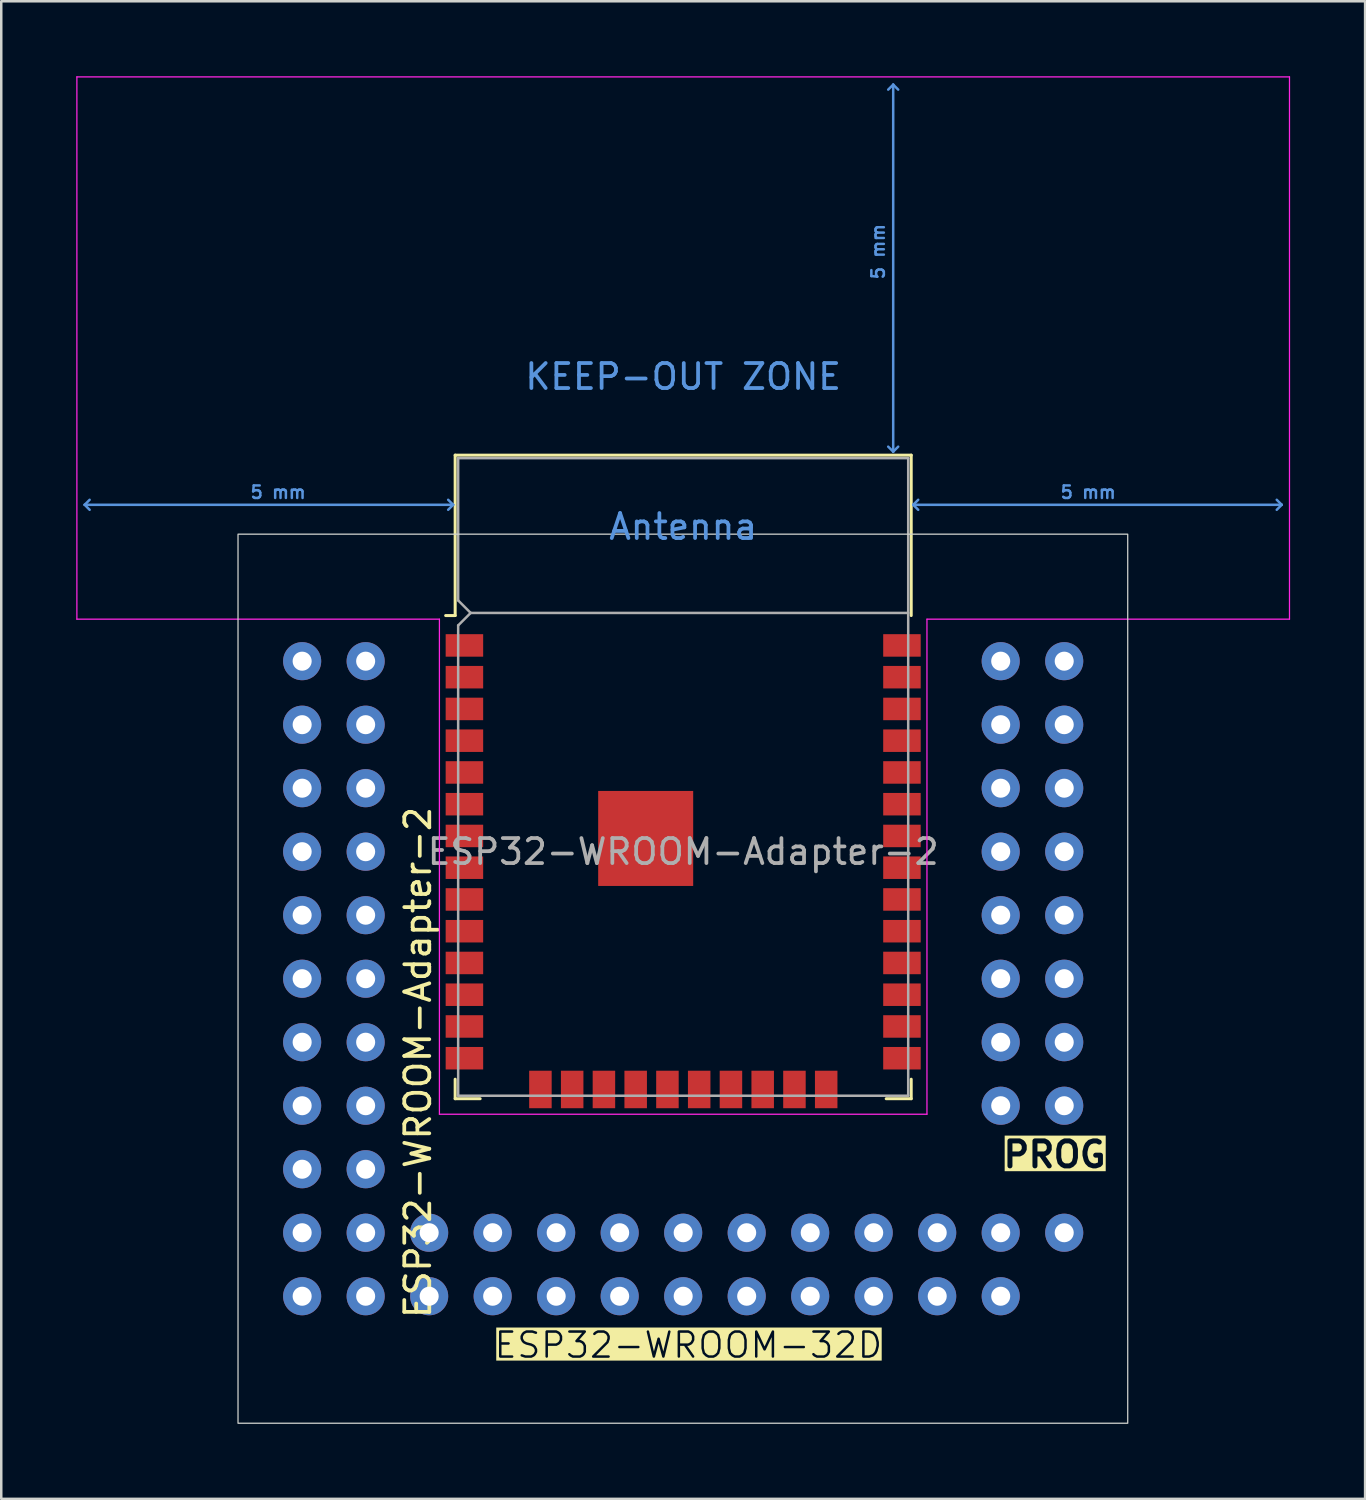
<source format=kicad_pcb>
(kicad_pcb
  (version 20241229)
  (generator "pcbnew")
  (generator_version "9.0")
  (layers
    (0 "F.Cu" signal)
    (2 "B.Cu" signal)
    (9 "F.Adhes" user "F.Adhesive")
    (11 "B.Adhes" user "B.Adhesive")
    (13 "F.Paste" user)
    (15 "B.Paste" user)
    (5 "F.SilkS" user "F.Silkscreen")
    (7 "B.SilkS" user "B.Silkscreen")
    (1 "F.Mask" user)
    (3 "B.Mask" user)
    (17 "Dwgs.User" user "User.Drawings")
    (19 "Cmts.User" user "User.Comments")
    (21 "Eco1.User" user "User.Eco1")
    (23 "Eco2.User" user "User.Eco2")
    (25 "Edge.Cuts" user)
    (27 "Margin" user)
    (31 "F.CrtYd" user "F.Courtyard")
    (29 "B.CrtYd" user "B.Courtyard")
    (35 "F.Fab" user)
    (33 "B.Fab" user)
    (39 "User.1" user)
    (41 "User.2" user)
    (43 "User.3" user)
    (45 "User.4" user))
  (footprint "ESP32-WROOM-Adapter-2"
    (layer "F.Cu")
    (at 24.275 31.015)
    (property "Reference" "ESP32-WROOM-Adapter-2" (at -10.61 8.43 90) (layer "F.SilkS") (effects (font (size 1 1) (thickness 0.15))))
    (attr through_hole)
    (fp_line (start -9.12 -15.86) (end -9.12 -9.445) (stroke (width 0.12) (type solid)) (layer "F.SilkS"))
    (fp_line (start -9.12 -15.86) (end 9.12 -15.86) (stroke (width 0.12) (type solid)) (layer "F.SilkS"))
    (fp_line (start -9.12 -9.445) (end -9.5 -9.445) (stroke (width 0.12) (type solid)) (layer "F.SilkS"))
    (fp_line (start -9.12 9.1) (end -9.12 9.88) (stroke (width 0.12) (type solid)) (layer "F.SilkS"))
    (fp_line (start -9.12 9.88) (end -8.12 9.88) (stroke (width 0.12) (type solid)) (layer "F.SilkS"))
    (fp_line (start 9.12 -15.86) (end 9.12 -9.445) (stroke (width 0.12) (type solid)) (layer "F.SilkS"))
    (fp_line (start 9.12 9.1) (end 9.12 9.88) (stroke (width 0.12) (type solid)) (layer "F.SilkS"))
    (fp_line (start 9.12 9.88) (end 8.12 9.88) (stroke (width 0.12) (type solid)) (layer "F.SilkS"))
    (fp_line (start -23.94 -13.875) (end -23.74 -14.075) (stroke (width 0.1) (type solid)) (layer "Cmts.User"))
    (fp_line (start -23.94 -13.875) (end -23.74 -13.675) (stroke (width 0.1) (type solid)) (layer "Cmts.User"))
    (fp_line (start -23.94 -13.875) (end -9.2 -13.875) (stroke (width 0.1) (type solid)) (layer "Cmts.User"))
    (fp_line (start -9.2 -13.875) (end -9.4 -14.075) (stroke (width 0.1) (type solid)) (layer "Cmts.User"))
    (fp_line (start -9.2 -13.875) (end -9.4 -13.675) (stroke (width 0.1) (type solid)) (layer "Cmts.User"))
    (fp_line (start 8.4 -30.68) (end 8.2 -30.48) (stroke (width 0.1) (type solid)) (layer "Cmts.User"))
    (fp_line (start 8.4 -30.68) (end 8.6 -30.48) (stroke (width 0.1) (type solid)) (layer "Cmts.User"))
    (fp_line (start 8.4 -16) (end 8.2 -16.2) (stroke (width 0.1) (type solid)) (layer "Cmts.User"))
    (fp_line (start 8.4 -16) (end 8.4 -30.68) (stroke (width 0.1) (type solid)) (layer "Cmts.User"))
    (fp_line (start 8.4 -16) (end 8.6 -16.2) (stroke (width 0.1) (type solid)) (layer "Cmts.User"))
    (fp_line (start 9.2 -13.875) (end 9.4 -14.075) (stroke (width 0.1) (type solid)) (layer "Cmts.User"))
    (fp_line (start 9.2 -13.875) (end 9.4 -13.675) (stroke (width 0.1) (type solid)) (layer "Cmts.User"))
    (fp_line (start 9.2 -13.875) (end 23.94 -13.875) (stroke (width 0.1) (type solid)) (layer "Cmts.User"))
    (fp_line (start 23.94 -13.875) (end 23.74 -14.075) (stroke (width 0.1) (type solid)) (layer "Cmts.User"))
    (fp_line (start 23.94 -13.875) (end 23.74 -13.675) (stroke (width 0.1) (type solid)) (layer "Cmts.User"))
    (fp_rect (start -17.805 -12.7) (end 17.78 22.86) (stroke (width 0.05) (type default)) (fill no) (layer "Edge.Cuts"))
    (fp_line (start -24.25 -30.99) (end -24.25 -9.3) (stroke (width 0.05) (type solid)) (layer "F.CrtYd"))
    (fp_line (start -24.25 -30.99) (end 24.25 -30.99) (stroke (width 0.05) (type solid)) (layer "F.CrtYd"))
    (fp_line (start -24.25 -9.3) (end -9.75 -9.3) (stroke (width 0.05) (type solid)) (layer "F.CrtYd"))
    (fp_line (start -9.75 10.5) (end -9.75 -9.3) (stroke (width 0.05) (type solid)) (layer "F.CrtYd"))
    (fp_line (start -9.75 10.5) (end 9.75 10.5) (stroke (width 0.05) (type solid)) (layer "F.CrtYd"))
    (fp_line (start 9.75 -9.3) (end 9.75 10.5) (stroke (width 0.05) (type solid)) (layer "F.CrtYd"))
    (fp_line (start 9.75 -9.3) (end 24.25 -9.3) (stroke (width 0.05) (type solid)) (layer "F.CrtYd"))
    (fp_line (start 24.25 -30.99) (end 24.25 -9.3) (stroke (width 0.05) (type solid)) (layer "F.CrtYd"))
    (fp_line (start -9 -15.74) (end -9 -10.05) (stroke (width 0.1) (type solid)) (layer "F.Fab"))
    (fp_line (start -9 -15.74) (end 9 -15.74) (stroke (width 0.1) (type solid)) (layer "F.Fab"))
    (fp_line (start -9 -9.05) (end -9 9.76) (stroke (width 0.1) (type solid)) (layer "F.Fab"))
    (fp_line (start -9 -9.05) (end -8.5 -9.55) (stroke (width 0.1) (type solid)) (layer "F.Fab"))
    (fp_line (start -9 9.76) (end 9 9.76) (stroke (width 0.1) (type solid)) (layer "F.Fab"))
    (fp_line (start -8.5 -9.55) (end -9 -10.05) (stroke (width 0.1) (type solid)) (layer "F.Fab"))
    (fp_line (start -8.5 -9.55) (end 9 -9.55) (stroke (width 0.1) (type solid)) (layer "F.Fab"))
    (fp_line (start 9 9.76) (end 9 -15.74) (stroke (width 0.1) (type solid)) (layer "F.Fab"))
    (fp_text user "PROG" (at 12.7 12.7 0) (unlocked yes) (layer "F.SilkS" knockout) (effects (font (size 1 1) (thickness 0.2) (bold yes)) (justify left bottom)))
    (fp_text user "ESP32-WROOM-32D" (at -7.62 20.32 0) (unlocked yes) (layer "F.SilkS" knockout) (effects (font (size 1 1) (thickness 0.1)) (justify left bottom)))
    (fp_text user "KEEP-OUT ZONE" (at 0 -19 0) (layer "Cmts.User") (effects (font (size 1 1) (thickness 0.15))))
    (fp_text user "5 mm" (at 7.8 -24 90) (layer "Cmts.User") (effects (font (size 0.5 0.5) (thickness 0.1))))
    (fp_text user "5 mm" (at 16.2 -14.375 0) (layer "Cmts.User") (effects (font (size 0.5 0.5) (thickness 0.1))))
    (fp_text user "5 mm" (at -16.2 -14.375 0) (layer "Cmts.User") (effects (font (size 0.5 0.5) (thickness 0.1))))
    (fp_text user "Antenna" (at 0 -13 0) (layer "Cmts.User") (effects (font (size 1 1) (thickness 0.15))))
    (fp_text user "${REFERENCE}" (at 0 0 0) (layer "F.Fab") (effects (font (size 1 1) (thickness 0.15))))
    (pad "" thru_hole circle (at -15.24 10.16) (size 1.524 1.524) (drill 0.762) (layers "*.Cu" "*.Mask"))
    (pad "" thru_hole circle (at -15.24 17.78 90) (size 1.524 1.524) (drill 0.762) (layers "*.Cu" "*.Mask"))
    (pad "" thru_hole circle (at -12.7 10.16) (size 1.524 1.524) (drill 0.762) (layers "*.Cu" "*.Mask"))
    (pad "" thru_hole circle (at -12.7 17.78 90) (size 1.524 1.524) (drill 0.762) (layers "*.Cu" "*.Mask"))
    (pad "" thru_hole circle (at -10.16 17.78 90) (size 1.524 1.524) (drill 0.762) (layers "*.Cu" "*.Mask"))
    (pad "" thru_hole circle (at -7.62 17.78 90) (size 1.524 1.524) (drill 0.762) (layers "*.Cu" "*.Mask"))
    (pad "" thru_hole circle (at -5.08 17.78 90) (size 1.524 1.524) (drill 0.762) (layers "*.Cu" "*.Mask"))
    (pad "" thru_hole circle (at -2.54 17.78 90) (size 1.524 1.524) (drill 0.762) (layers "*.Cu" "*.Mask"))
    (pad "" thru_hole circle (at 0 17.78 90) (size 1.524 1.524) (drill 0.762) (layers "*.Cu" "*.Mask"))
    (pad "" thru_hole circle (at 2.54 17.78 90) (size 1.524 1.524) (drill 0.762) (layers "*.Cu" "*.Mask"))
    (pad "" thru_hole circle (at 5.08 17.78 90) (size 1.524 1.524) (drill 0.762) (layers "*.Cu" "*.Mask"))
    (pad "" thru_hole circle (at 7.62 17.78 90) (size 1.524 1.524) (drill 0.762) (layers "*.Cu" "*.Mask"))
    (pad "" thru_hole circle (at 10.16 17.78 90) (size 1.524 1.524) (drill 0.762) (layers "*.Cu" "*.Mask"))
    (pad "" thru_hole circle (at 12.7 17.78 90) (size 1.524 1.524) (drill 0.762) (layers "*.Cu" "*.Mask"))
    (pad "" thru_hole circle (at 15.24 15.24 90) (size 1.524 1.524) (drill 0.762) (layers "*.Cu" "*.Mask"))
    (pad "1" thru_hole circle (at -15.24 -7.62) (size 1.524 1.524) (drill 0.762) (layers "*.Cu" "*.Mask"))
    (pad "1" smd rect (at -8.75 -8.25) (size 1.5 0.9) (layers "F.Cu" "F.Mask" "F.Paste"))
    (pad "2" thru_hole circle (at -15.24 15.24 90) (size 1.524 1.524) (drill 0.762) (layers "*.Cu" "*.Mask"))
    (pad "2" thru_hole circle (at -12.7 -7.62) (size 1.524 1.524) (drill 0.762) (layers "*.Cu" "*.Mask"))
    (pad "2" smd rect (at -8.75 -6.98) (size 1.5 0.9) (layers "F.Cu" "F.Mask" "F.Paste"))
    (pad "3" thru_hole circle (at -15.24 -5.08) (size 1.524 1.524) (drill 0.762) (layers "*.Cu" "*.Mask"))
    (pad "3" smd rect (at -8.75 -5.71) (size 1.5 0.9) (layers "F.Cu" "F.Mask" "F.Paste"))
    (pad "4" thru_hole circle (at -12.7 -5.08) (size 1.524 1.524) (drill 0.762) (layers "*.Cu" "*.Mask"))
    (pad "4" smd rect (at -8.75 -4.44) (size 1.5 0.9) (layers "F.Cu" "F.Mask" "F.Paste"))
    (pad "5" thru_hole circle (at -15.24 -2.54) (size 1.524 1.524) (drill 0.762) (layers "*.Cu" "*.Mask"))
    (pad "5" smd rect (at -8.75 -3.17) (size 1.5 0.9) (layers "F.Cu" "F.Mask" "F.Paste"))
    (pad "6" thru_hole circle (at -12.7 -2.54) (size 1.524 1.524) (drill 0.762) (layers "*.Cu" "*.Mask"))
    (pad "6" smd rect (at -8.75 -1.9) (size 1.5 0.9) (layers "F.Cu" "F.Mask" "F.Paste"))
    (pad "7" thru_hole circle (at -15.24 0) (size 1.524 1.524) (drill 0.762) (layers "*.Cu" "*.Mask"))
    (pad "7" smd rect (at -8.75 -0.63) (size 1.5 0.9) (layers "F.Cu" "F.Mask" "F.Paste"))
    (pad "8" thru_hole circle (at -12.7 0) (size 1.524 1.524) (drill 0.762) (layers "*.Cu" "*.Mask"))
    (pad "8" smd rect (at -8.75 0.64) (size 1.5 0.9) (layers "F.Cu" "F.Mask" "F.Paste"))
    (pad "9" thru_hole circle (at -15.24 2.54) (size 1.524 1.524) (drill 0.762) (layers "*.Cu" "*.Mask"))
    (pad "9" smd rect (at -8.75 1.91) (size 1.5 0.9) (layers "F.Cu" "F.Mask" "F.Paste"))
    (pad "10" thru_hole circle (at -12.7 2.54) (size 1.524 1.524) (drill 0.762) (layers "*.Cu" "*.Mask"))
    (pad "10" smd rect (at -8.75 3.18) (size 1.5 0.9) (layers "F.Cu" "F.Mask" "F.Paste"))
    (pad "11" thru_hole circle (at -15.24 5.08) (size 1.524 1.524) (drill 0.762) (layers "*.Cu" "*.Mask"))
    (pad "11" smd rect (at -8.75 4.45) (size 1.5 0.9) (layers "F.Cu" "F.Mask" "F.Paste"))
    (pad "12" thru_hole circle (at -12.7 5.08) (size 1.524 1.524) (drill 0.762) (layers "*.Cu" "*.Mask"))
    (pad "12" smd rect (at -8.75 5.72) (size 1.5 0.9) (layers "F.Cu" "F.Mask" "F.Paste"))
    (pad "13" thru_hole circle (at -15.24 7.62) (size 1.524 1.524) (drill 0.762) (layers "*.Cu" "*.Mask"))
    (pad "13" smd rect (at -8.75 6.99) (size 1.5 0.9) (layers "F.Cu" "F.Mask" "F.Paste"))
    (pad "14" thru_hole circle (at -12.7 7.62) (size 1.524 1.524) (drill 0.762) (layers "*.Cu" "*.Mask"))
    (pad "14" smd rect (at -8.75 8.26) (size 1.5 0.9) (layers "F.Cu" "F.Mask" "F.Paste"))
    (pad "15" thru_hole circle (at -15.24 12.7 90) (size 1.524 1.524) (drill 0.762) (layers "*.Cu" "*.Mask"))
    (pad "15" thru_hole circle (at -12.7 12.7 90) (size 1.524 1.524) (drill 0.762) (layers "*.Cu" "*.Mask"))
    (pad "15" thru_hole circle (at -12.7 15.24 90) (size 1.524 1.524) (drill 0.762) (layers "*.Cu" "*.Mask"))
    (pad "15" thru_hole circle (at -10.16 15.24 90) (size 1.524 1.524) (drill 0.762) (layers "*.Cu" "*.Mask"))
    (pad "15" smd rect (at -5.71 9.51 90) (size 1.5 0.9) (layers "F.Cu" "F.Mask" "F.Paste"))
    (pad "16" thru_hole circle (at -7.62 15.24 90) (size 1.524 1.524) (drill 0.762) (layers "*.Cu" "*.Mask"))
    (pad "16" smd rect (at -4.44 9.51 90) (size 1.5 0.9) (layers "F.Cu" "F.Mask" "F.Paste"))
    (pad "17" thru_hole circle (at -5.08 15.24 90) (size 1.524 1.524) (drill 0.762) (layers "*.Cu" "*.Mask"))
    (pad "17" smd rect (at -3.17 9.51 90) (size 1.5 0.9) (layers "F.Cu" "F.Mask" "F.Paste"))
    (pad "18" thru_hole circle (at -2.54 15.24 90) (size 1.524 1.524) (drill 0.762) (layers "*.Cu" "*.Mask"))
    (pad "18" smd rect (at -1.9 9.51 90) (size 1.5 0.9) (layers "F.Cu" "F.Mask" "F.Paste"))
    (pad "19" smd rect (at -0.63 9.51 90) (size 1.5 0.9) (layers "F.Cu" "F.Mask" "F.Paste"))
    (pad "19" thru_hole circle (at 0 15.24 90) (size 1.524 1.524) (drill 0.762) (layers "*.Cu" "*.Mask"))
    (pad "20" smd rect (at 0.64 9.51 90) (size 1.5 0.9) (layers "F.Cu" "F.Mask" "F.Paste"))
    (pad "20" thru_hole circle (at 2.54 15.24 90) (size 1.524 1.524) (drill 0.762) (layers "*.Cu" "*.Mask"))
    (pad "21" smd rect (at 1.91 9.51 90) (size 1.5 0.9) (layers "F.Cu" "F.Mask" "F.Paste"))
    (pad "21" thru_hole circle (at 5.08 15.24 90) (size 1.524 1.524) (drill 0.762) (layers "*.Cu" "*.Mask"))
    (pad "22" smd rect (at 3.18 9.51 90) (size 1.5 0.9) (layers "F.Cu" "F.Mask" "F.Paste"))
    (pad "22" thru_hole circle (at 7.62 15.24 90) (size 1.524 1.524) (drill 0.762) (layers "*.Cu" "*.Mask"))
    (pad "23" smd rect (at 4.45 9.51 90) (size 1.5 0.9) (layers "F.Cu" "F.Mask" "F.Paste"))
    (pad "23" thru_hole circle (at 10.16 15.24 90) (size 1.524 1.524) (drill 0.762) (layers "*.Cu" "*.Mask"))
    (pad "24" smd rect (at 5.72 9.51 90) (size 1.5 0.9) (layers "F.Cu" "F.Mask" "F.Paste"))
    (pad "24" thru_hole circle (at 12.7 15.24 90) (size 1.524 1.524) (drill 0.762) (layers "*.Cu" "*.Mask"))
    (pad "25" smd rect (at 8.75 8.26) (size 1.5 0.9) (layers "F.Cu" "F.Mask" "F.Paste"))
    (pad "25" thru_hole circle (at 12.7 10.16) (size 1.524 1.524) (drill 0.762) (layers "*.Cu" "*.Mask"))
    (pad "25" thru_hole circle (at 15.24 7.62) (size 1.524 1.524) (drill 0.762) (layers "*.Cu" "*.Mask"))
    (pad "26" smd rect (at 8.75 6.99) (size 1.5 0.9) (layers "F.Cu" "F.Mask" "F.Paste"))
    (pad "26" thru_hole circle (at 12.7 7.62) (size 1.524 1.524) (drill 0.762) (layers "*.Cu" "*.Mask"))
    (pad "27" smd rect (at 8.75 5.72) (size 1.5 0.9) (layers "F.Cu" "F.Mask" "F.Paste"))
    (pad "27" thru_hole circle (at 15.24 5.08) (size 1.524 1.524) (drill 0.762) (layers "*.Cu" "*.Mask"))
    (pad "28" smd rect (at 8.75 4.45) (size 1.5 0.9) (layers "F.Cu" "F.Mask" "F.Paste"))
    (pad "28" thru_hole circle (at 12.7 5.08) (size 1.524 1.524) (drill 0.762) (layers "*.Cu" "*.Mask"))
    (pad "29" smd rect (at 8.75 3.18) (size 1.5 0.9) (layers "F.Cu" "F.Mask" "F.Paste"))
    (pad "29" thru_hole circle (at 15.24 2.54) (size 1.524 1.524) (drill 0.762) (layers "*.Cu" "*.Mask"))
    (pad "30" smd rect (at 8.75 1.91) (size 1.5 0.9) (layers "F.Cu" "F.Mask" "F.Paste"))
    (pad "30" thru_hole circle (at 12.7 2.54) (size 1.524 1.524) (drill 0.762) (layers "*.Cu" "*.Mask"))
    (pad "31" smd rect (at 8.75 0.64) (size 1.5 0.9) (layers "F.Cu" "F.Mask" "F.Paste"))
    (pad "31" thru_hole circle (at 15.24 0) (size 1.524 1.524) (drill 0.762) (layers "*.Cu" "*.Mask"))
    (pad "32" smd rect (at 8.75 -0.63) (size 1.5 0.9) (layers "F.Cu" "F.Mask" "F.Paste"))
    (pad "32" thru_hole circle (at 12.7 0) (size 1.524 1.524) (drill 0.762) (layers "*.Cu" "*.Mask"))
    (pad "33" smd rect (at 8.75 -1.9) (size 1.5 0.9) (layers "F.Cu" "F.Mask" "F.Paste"))
    (pad "33" thru_hole circle (at 15.24 -2.54) (size 1.524 1.524) (drill 0.762) (layers "*.Cu" "*.Mask"))
    (pad "34" smd rect (at 8.75 -3.17) (size 1.5 0.9) (layers "F.Cu" "F.Mask" "F.Paste"))
    (pad "34" thru_hole circle (at 12.7 -2.54) (size 1.524 1.524) (drill 0.762) (layers "*.Cu" "*.Mask"))
    (pad "35" smd rect (at 8.75 -4.44) (size 1.5 0.9) (layers "F.Cu" "F.Mask" "F.Paste"))
    (pad "35" thru_hole circle (at 15.24 -5.08) (size 1.524 1.524) (drill 0.762) (layers "*.Cu" "*.Mask"))
    (pad "36" smd rect (at 8.75 -5.71) (size 1.5 0.9) (layers "F.Cu" "F.Mask" "F.Paste"))
    (pad "36" thru_hole circle (at 12.7 -5.08) (size 1.524 1.524) (drill 0.762) (layers "*.Cu" "*.Mask"))
    (pad "37" smd rect (at 8.75 -6.98) (size 1.5 0.9) (layers "F.Cu" "F.Mask" "F.Paste"))
    (pad "37" thru_hole circle (at 15.24 -7.62) (size 1.524 1.524) (drill 0.762) (layers "*.Cu" "*.Mask"))
    (pad "38" smd rect (at 8.75 -8.25) (size 1.5 0.9) (layers "F.Cu" "F.Mask" "F.Paste"))
    (pad "38" thru_hole circle (at 12.7 -7.62) (size 1.524 1.524) (drill 0.762) (layers "*.Cu" "*.Mask"))
    (pad "38" thru_hole circle (at 15.24 10.16) (size 1.524 1.524) (drill 0.762) (layers "*.Cu" "*.Mask"))
    (pad "39" smd rect (at -1.5 -0.53) (size 3.8 3.8) (layers "F.Cu" "F.Mask"))
    (zone (net_name "") (layers "F.Cu" "B.Cu") (hatch full 0.508) (connect_pads) (min_thickness 0.254) (filled_areas_thickness no) (keepout (tracks not_allowed) (vias not_allowed) (pads not_allowed) (copperpour not_allowed) (footprints not_allowed)) (placement (enabled no)) (fill) (polygon (pts (xy 0.275 21.465) (xy 48.275 21.465) (xy 48.275 0.275) (xy 0.275 0.275)))))
  (gr_rect
    (start -3 -3)
    (end 51.55 56.9)
    (stroke (width 0.1) (type default))
    (fill no)
    (layer "Edge.Cuts")))
</source>
